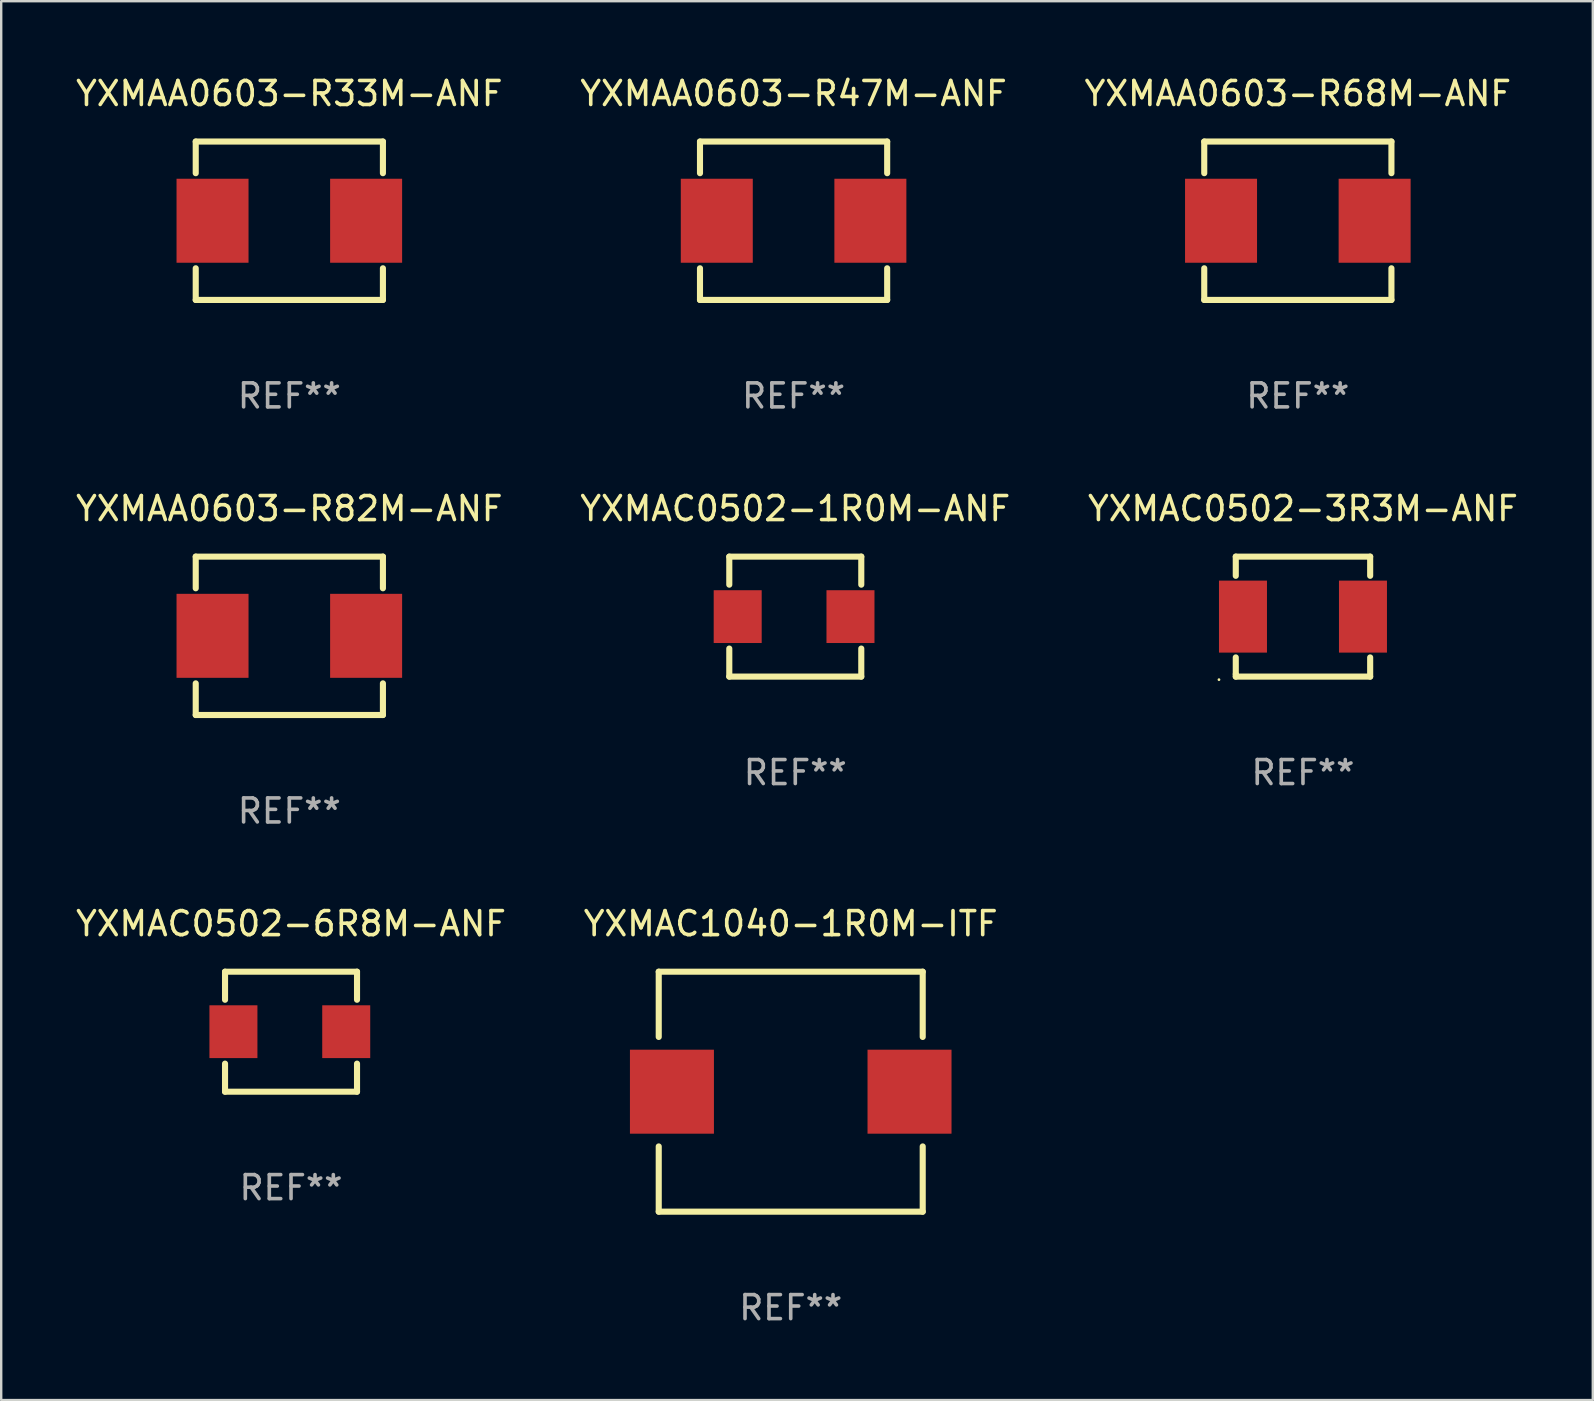
<source format=kicad_pcb>
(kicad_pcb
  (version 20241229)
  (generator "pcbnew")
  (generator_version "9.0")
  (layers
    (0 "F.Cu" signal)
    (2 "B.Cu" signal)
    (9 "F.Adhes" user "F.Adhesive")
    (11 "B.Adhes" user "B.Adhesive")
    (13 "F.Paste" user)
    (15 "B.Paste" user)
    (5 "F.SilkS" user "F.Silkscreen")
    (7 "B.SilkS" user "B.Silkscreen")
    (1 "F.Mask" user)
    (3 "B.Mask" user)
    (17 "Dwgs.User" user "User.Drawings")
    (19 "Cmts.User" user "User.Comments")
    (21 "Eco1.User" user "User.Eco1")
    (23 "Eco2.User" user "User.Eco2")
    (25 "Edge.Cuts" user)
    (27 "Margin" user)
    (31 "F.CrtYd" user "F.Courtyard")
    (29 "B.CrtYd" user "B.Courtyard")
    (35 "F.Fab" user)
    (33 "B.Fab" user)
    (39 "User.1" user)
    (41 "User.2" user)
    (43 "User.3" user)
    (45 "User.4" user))
  (footprint "YXMAC0502-6R8M-ANF"
    (layer "F.Cu")
    (at 9.077 39.94)
    (property "Reference" "YXMAC0502-6R8M-ANF" (at 0 -4.5 0) (layer "F.SilkS") (effects (font (size 1 1) (thickness 0.15))))
    (attr through_hole)
    (fp_line (start -2.75 -2.5) (end 2.75 -2.5) (stroke (width 0.254) (type solid)) (layer "F.SilkS"))
    (fp_line (start -2.75 -1.331) (end -2.75 -2.5) (stroke (width 0.254) (type solid)) (layer "F.SilkS"))
    (fp_line (start -2.75 2.5) (end -2.75 1.331) (stroke (width 0.254) (type solid)) (layer "F.SilkS"))
    (fp_line (start 2.75 -1.331) (end 2.75 -2.5) (stroke (width 0.254) (type solid)) (layer "F.SilkS"))
    (fp_line (start 2.75 2.5) (end -2.75 2.5) (stroke (width 0.254) (type solid)) (layer "F.SilkS"))
    (fp_line (start 2.75 2.5) (end 2.75 1.331) (stroke (width 0.254) (type solid)) (layer "F.SilkS"))
    (fp_circle (center -2.8 2.5) (end -2.77 2.5) (stroke (width 0.06) (type solid)) (fill no) (layer "F.SilkS"))
    (fp_text user "REF**" (at 0 6.5 0) (layer "F.Fab") (effects (font (size 1 1) (thickness 0.15))))
    (pad "1" smd rect (at -2.4 0 90) (size 2.2 2) (layers "F.Cu" "F.Mask" "F.Paste"))
    (pad "2" smd rect (at 2.3 0 90) (size 2.2 2) (layers "F.Cu" "F.Mask" "F.Paste")))
  (footprint "YXMAA0603-R82M-ANF"
    (layer "F.Cu")
    (at 9.006 23.444)
    (property "Reference" "YXMAA0603-R82M-ANF" (at 0 -5.3 0) (layer "F.SilkS") (effects (font (size 1 1) (thickness 0.15))))
    (attr through_hole)
    (fp_line (start -3.9 -3.3) (end -3.9 -1.981) (stroke (width 0.254) (type solid)) (layer "F.SilkS"))
    (fp_line (start -3.9 -3.3) (end 3.9 -3.3) (stroke (width 0.254) (type solid)) (layer "F.SilkS"))
    (fp_line (start -3.9 1.981) (end -3.9 3.3) (stroke (width 0.254) (type solid)) (layer "F.SilkS"))
    (fp_line (start 3.9 3.3) (end -3.9 3.3) (stroke (width 0.254) (type solid)) (layer "F.SilkS"))
    (fp_line (start 3.9 -3.3) (end 3.9 -1.981) (stroke (width 0.254) (type solid)) (layer "F.SilkS"))
    (fp_line (start 3.9 1.981) (end 3.9 3.3) (stroke (width 0.254) (type solid)) (layer "F.SilkS"))
    (fp_circle (center -3.55 3.3) (end -3.52 3.3) (stroke (width 0.06) (type solid)) (fill no) (layer "F.SilkS"))
    (fp_text user "REF**" (at 0 7.3 0) (layer "F.Fab") (effects (font (size 1 1) (thickness 0.15))))
    (pad "1" smd rect (at -3.2 0.000279) (size 3 3.5) (layers "F.Cu" "F.Mask" "F.Paste"))
    (pad "2" smd rect (at 3.2 0.000279) (size 3 3.5) (layers "F.Cu" "F.Mask" "F.Paste")))
  (footprint "YXMAA0603-R68M-ANF"
    (layer "F.Cu")
    (at 51.03 6.148)
    (property "Reference" "YXMAA0603-R68M-ANF" (at 0 -5.3 0) (layer "F.SilkS") (effects (font (size 1 1) (thickness 0.15))))
    (attr through_hole)
    (fp_line (start -3.9 -3.3) (end -3.9 -1.981) (stroke (width 0.254) (type solid)) (layer "F.SilkS"))
    (fp_line (start -3.9 -3.3) (end 3.9 -3.3) (stroke (width 0.254) (type solid)) (layer "F.SilkS"))
    (fp_line (start -3.9 1.981) (end -3.9 3.3) (stroke (width 0.254) (type solid)) (layer "F.SilkS"))
    (fp_line (start 3.9 3.3) (end -3.9 3.3) (stroke (width 0.254) (type solid)) (layer "F.SilkS"))
    (fp_line (start 3.9 -3.3) (end 3.9 -1.981) (stroke (width 0.254) (type solid)) (layer "F.SilkS"))
    (fp_line (start 3.9 1.981) (end 3.9 3.3) (stroke (width 0.254) (type solid)) (layer "F.SilkS"))
    (fp_circle (center -3.55 3.3) (end -3.52 3.3) (stroke (width 0.06) (type solid)) (fill no) (layer "F.SilkS"))
    (fp_text user "REF**" (at 0 7.3 0) (layer "F.Fab") (effects (font (size 1 1) (thickness 0.15))))
    (pad "1" smd rect (at -3.2 0.000279) (size 3 3.5) (layers "F.Cu" "F.Mask" "F.Paste"))
    (pad "2" smd rect (at 3.2 0.000279) (size 3 3.5) (layers "F.Cu" "F.Mask" "F.Paste")))
  (footprint "YXMAC0502-3R3M-ANF"
    (layer "F.Cu")
    (at 51.244 22.644)
    (property "Reference" "YXMAC0502-3R3M-ANF" (at 0 -4.5 0) (layer "F.SilkS") (effects (font (size 1 1) (thickness 0.15))))
    (attr through_hole)
    (fp_line (start -2.8 -2.5) (end 2.8 -2.5) (stroke (width 0.254) (type solid)) (layer "F.SilkS"))
    (fp_line (start -2.8 -1.7) (end -2.8 -2.5) (stroke (width 0.254) (type solid)) (layer "F.SilkS"))
    (fp_line (start -2.8 2.4) (end -2.8 1.7) (stroke (width 0.254) (type solid)) (layer "F.SilkS"))
    (fp_line (start -2.8 2.5) (end -2.8 2.4) (stroke (width 0.254) (type solid)) (layer "F.SilkS"))
    (fp_line (start 2.8 -2.5) (end 2.8 -1.7) (stroke (width 0.254) (type solid)) (layer "F.SilkS"))
    (fp_line (start 2.8 1.7) (end 2.8 2.5) (stroke (width 0.254) (type solid)) (layer "F.SilkS"))
    (fp_line (start 2.8 2.5) (end -2.8 2.5) (stroke (width 0.254) (type solid)) (layer "F.SilkS"))
    (fp_circle (center -3.5 2.627) (end -3.47 2.627) (stroke (width 0.06) (type solid)) (fill no) (layer "F.SilkS"))
    (fp_text user "REF**" (at 0 6.5 0) (layer "F.Fab") (effects (font (size 1 1) (thickness 0.15))))
    (pad "1" smd rect (at -2.5 0 90) (size 3 2) (layers "F.Cu" "F.Mask" "F.Paste"))
    (pad "2" smd rect (at 2.5 0 90) (size 3 2) (layers "F.Cu" "F.Mask" "F.Paste")))
  (footprint "YXMAA0603-R33M-ANF"
    (layer "F.Cu")
    (at 9.006 6.148)
    (property "Reference" "YXMAA0603-R33M-ANF" (at 0 -5.3 0) (layer "F.SilkS") (effects (font (size 1 1) (thickness 0.15))))
    (attr through_hole)
    (fp_line (start -3.9 -3.3) (end -3.9 -1.981) (stroke (width 0.254) (type solid)) (layer "F.SilkS"))
    (fp_line (start -3.9 -3.3) (end 3.9 -3.3) (stroke (width 0.254) (type solid)) (layer "F.SilkS"))
    (fp_line (start -3.9 1.981) (end -3.9 3.3) (stroke (width 0.254) (type solid)) (layer "F.SilkS"))
    (fp_line (start 3.9 3.3) (end -3.9 3.3) (stroke (width 0.254) (type solid)) (layer "F.SilkS"))
    (fp_line (start 3.9 -3.3) (end 3.9 -1.981) (stroke (width 0.254) (type solid)) (layer "F.SilkS"))
    (fp_line (start 3.9 1.981) (end 3.9 3.3) (stroke (width 0.254) (type solid)) (layer "F.SilkS"))
    (fp_circle (center -3.55 3.3) (end -3.52 3.3) (stroke (width 0.06) (type solid)) (fill no) (layer "F.SilkS"))
    (fp_text user "REF**" (at 0 7.3 0) (layer "F.Fab") (effects (font (size 1 1) (thickness 0.15))))
    (pad "1" smd rect (at -3.2 0.000279) (size 3 3.5) (layers "F.Cu" "F.Mask" "F.Paste"))
    (pad "2" smd rect (at 3.2 0.000279) (size 3 3.5) (layers "F.Cu" "F.Mask" "F.Paste")))
  (footprint "YXMAC1040-1R0M-ITF"
    (layer "F.Cu")
    (at 29.899 42.44)
    (property "Reference" "YXMAC1040-1R0M-ITF" (at 0 -7 0) (layer "F.SilkS") (effects (font (size 1 1) (thickness 0.15))))
    (attr through_hole)
    (fp_line (start -5.5 -5) (end 5.5 -5) (stroke (width 0.254) (type solid)) (layer "F.SilkS"))
    (fp_line (start -5.5 -2.281) (end -5.5 -5) (stroke (width 0.254) (type solid)) (layer "F.SilkS"))
    (fp_line (start -5.5 5) (end -5.5 2.281) (stroke (width 0.254) (type solid)) (layer "F.SilkS"))
    (fp_line (start -5.5 5) (end 5.5 5) (stroke (width 0.254) (type solid)) (layer "F.SilkS"))
    (fp_line (start 5.5 -2.281) (end 5.5 -5) (stroke (width 0.254) (type solid)) (layer "F.SilkS"))
    (fp_line (start 5.5 5) (end 5.5 2.281) (stroke (width 0.254) (type solid)) (layer "F.SilkS"))
    (fp_circle (center -5.5 5) (end -5.47 5) (stroke (width 0.06) (type solid)) (fill no) (layer "F.SilkS"))
    (fp_text user "REF**" (at 0 9 0) (layer "F.Fab") (effects (font (size 1 1) (thickness 0.15))))
    (pad "1" smd rect (at -4.95 0 90) (size 3.5 3.5) (layers "F.Cu" "F.Mask" "F.Paste"))
    (pad "2" smd rect (at 4.95 0 270) (size 3.5 3.5) (layers "F.Cu" "F.Mask" "F.Paste")))
  (footprint "YXMAC0502-1R0M-ANF"
    (layer "F.Cu")
    (at 30.089 22.644)
    (property "Reference" "YXMAC0502-1R0M-ANF" (at 0 -4.5 0) (layer "F.SilkS") (effects (font (size 1 1) (thickness 0.15))))
    (attr through_hole)
    (fp_line (start -2.75 -2.5) (end 2.75 -2.5) (stroke (width 0.254) (type solid)) (layer "F.SilkS"))
    (fp_line (start -2.75 -1.331) (end -2.75 -2.5) (stroke (width 0.254) (type solid)) (layer "F.SilkS"))
    (fp_line (start -2.75 2.5) (end -2.75 1.331) (stroke (width 0.254) (type solid)) (layer "F.SilkS"))
    (fp_line (start 2.75 -1.331) (end 2.75 -2.5) (stroke (width 0.254) (type solid)) (layer "F.SilkS"))
    (fp_line (start 2.75 2.5) (end -2.75 2.5) (stroke (width 0.254) (type solid)) (layer "F.SilkS"))
    (fp_line (start 2.75 2.5) (end 2.75 1.331) (stroke (width 0.254) (type solid)) (layer "F.SilkS"))
    (fp_circle (center -2.8 2.5) (end -2.77 2.5) (stroke (width 0.06) (type solid)) (fill no) (layer "F.SilkS"))
    (fp_text user "REF**" (at 0 6.5 0) (layer "F.Fab") (effects (font (size 1 1) (thickness 0.15))))
    (pad "1" smd rect (at -2.4 0 90) (size 2.2 2) (layers "F.Cu" "F.Mask" "F.Paste"))
    (pad "2" smd rect (at 2.3 0 90) (size 2.2 2) (layers "F.Cu" "F.Mask" "F.Paste")))
  (footprint "YXMAA0603-R47M-ANF"
    (layer "F.Cu")
    (at 30.018 6.148)
    (property "Reference" "YXMAA0603-R47M-ANF" (at 0 -5.3 0) (layer "F.SilkS") (effects (font (size 1 1) (thickness 0.15))))
    (attr through_hole)
    (fp_line (start -3.9 -3.3) (end -3.9 -1.981) (stroke (width 0.254) (type solid)) (layer "F.SilkS"))
    (fp_line (start -3.9 -3.3) (end 3.9 -3.3) (stroke (width 0.254) (type solid)) (layer "F.SilkS"))
    (fp_line (start -3.9 1.981) (end -3.9 3.3) (stroke (width 0.254) (type solid)) (layer "F.SilkS"))
    (fp_line (start 3.9 3.3) (end -3.9 3.3) (stroke (width 0.254) (type solid)) (layer "F.SilkS"))
    (fp_line (start 3.9 -3.3) (end 3.9 -1.981) (stroke (width 0.254) (type solid)) (layer "F.SilkS"))
    (fp_line (start 3.9 1.981) (end 3.9 3.3) (stroke (width 0.254) (type solid)) (layer "F.SilkS"))
    (fp_circle (center -3.55 3.3) (end -3.52 3.3) (stroke (width 0.06) (type solid)) (fill no) (layer "F.SilkS"))
    (fp_text user "REF**" (at 0 7.3 0) (layer "F.Fab") (effects (font (size 1 1) (thickness 0.15))))
    (pad "1" smd rect (at -3.2 0.000279) (size 3 3.5) (layers "F.Cu" "F.Mask" "F.Paste"))
    (pad "2" smd rect (at 3.2 0.000279) (size 3 3.5) (layers "F.Cu" "F.Mask" "F.Paste")))
  (gr_rect
    (start -3 -3)
    (end 63.321 55.289)
    (stroke (width 0.1) (type default))
    (fill no)
    (layer "Edge.Cuts")))
</source>
